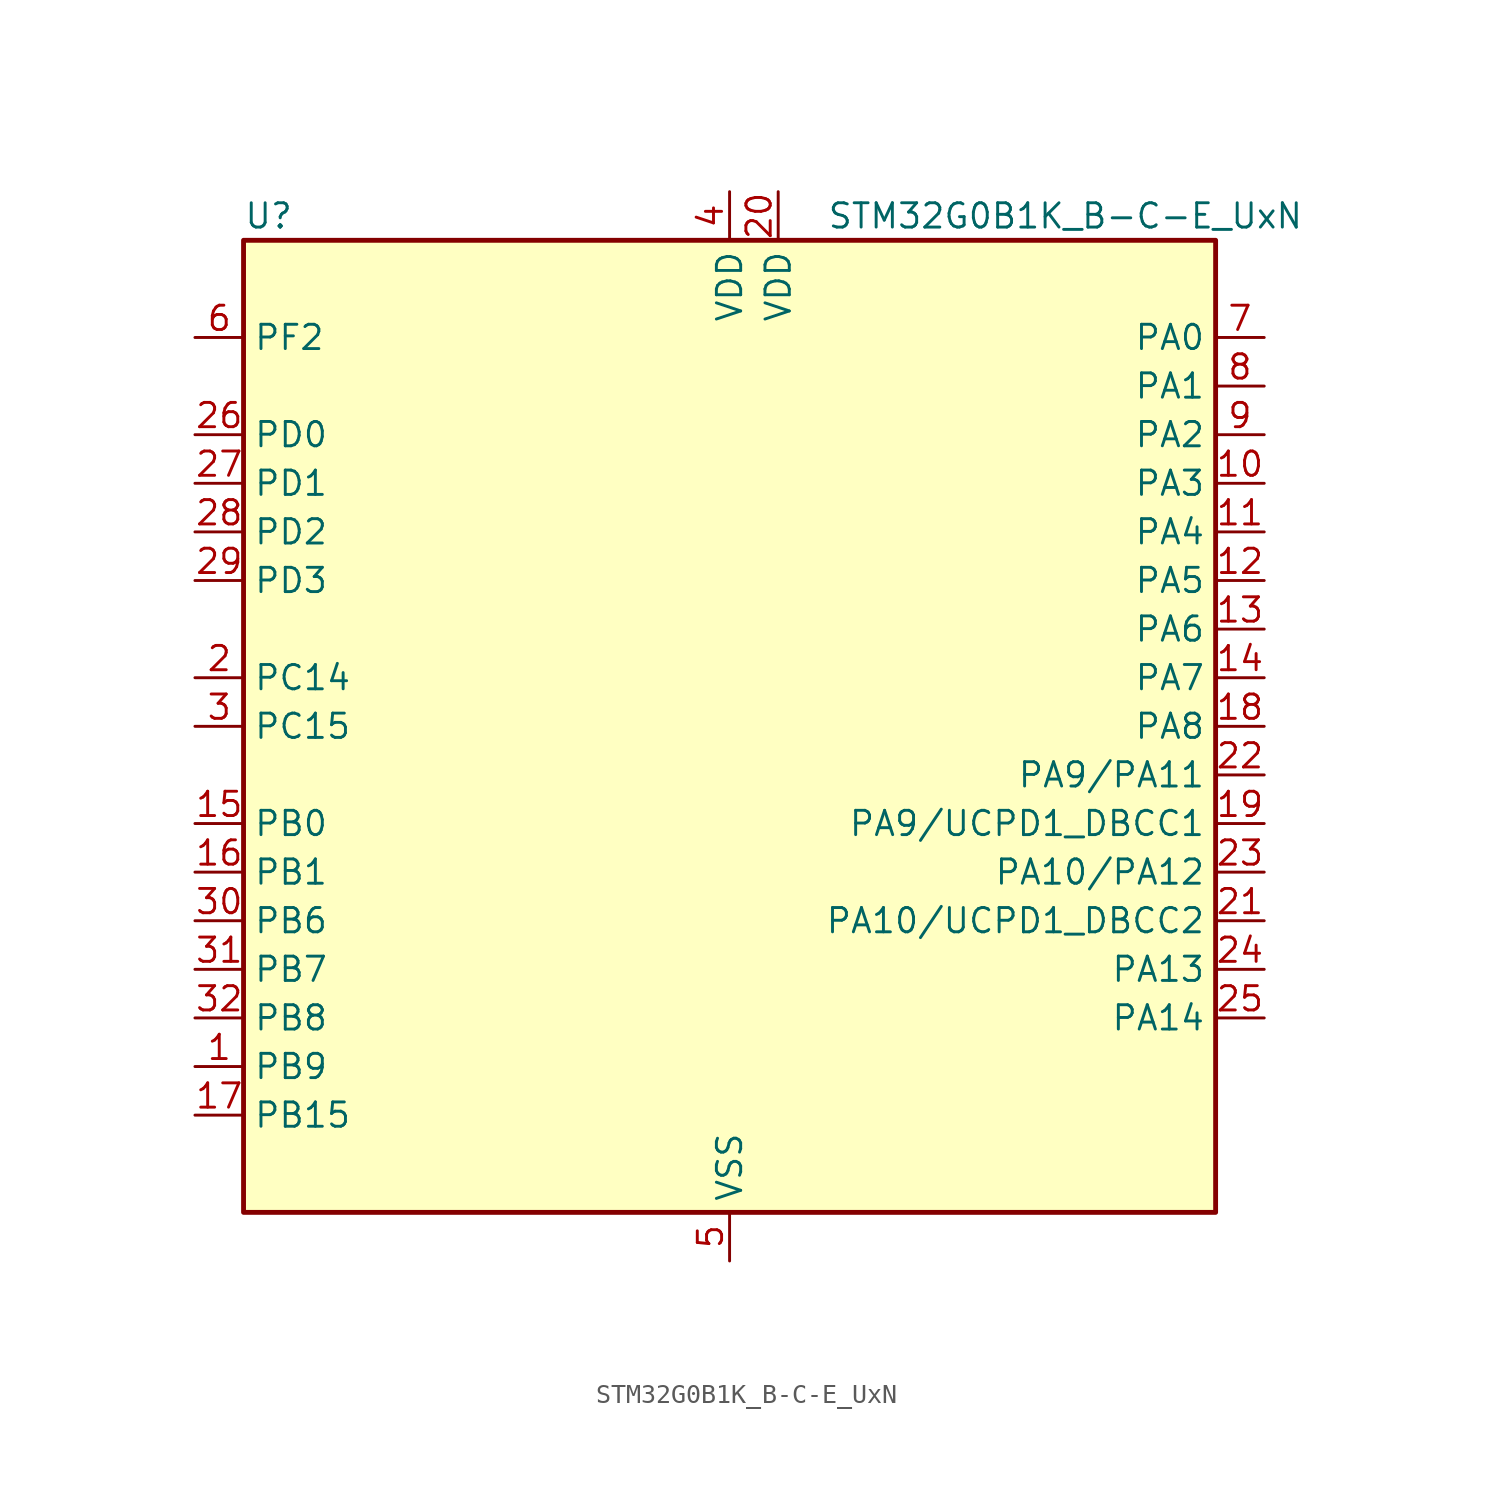
<source format=kicad_sym>
(kicad_symbol_lib
  (version 20231120)
  (generator "kicad-library-utils")
  (generator_version "8.0")
  (symbol "STM32G0B1K_B-C-E_UxN"
    (property "Reference" "U"
      (at -25.4 26.67 0)
      (effects (font (size 1.27 1.27)) (justify left)))
    (property "Value" "STM32G0B1K_B-C-E_UxN"
      (at 5.08 26.67 0)
      (effects (font (size 1.27 1.27)) (justify left)))
    (symbol "STM32G0B1K_B-C-E_UxN_0_1"
      (rectangle (start -25.4 -25.4) (end 25.4 25.4) (stroke (width 0.254) (type default)) (fill (type background))))
    (symbol "STM32G0B1K_B-C-E_UxN_1_1"
      (pin bidirectional line (at -27.94 -17.78 0) (length 2.54) (name "PB9" (effects (font (size 1.27 1.27)))) (number "1" (effects (font (size 1.27 1.27)))) (alternate "DAC1_EXTI9" bidirectional line) (alternate "FDCAN1_TX" bidirectional line) (alternate "I2C1_SDA" bidirectional line) (alternate "I2S2_WS" bidirectional line) (alternate "IR_OUT" bidirectional line) (alternate "SPI2_NSS" bidirectional line) (alternate "TIM17_CH1" bidirectional line) (alternate "TIM4_CH4" bidirectional line) (alternate "UCPD2_FRSTX1" bidirectional line) (alternate "UCPD2_FRSTX2" bidirectional line) (alternate "USART3_RX" bidirectional line) (alternate "USART6_RX" bidirectional line))
      (pin bidirectional line (at 27.94 12.7 180) (length 2.54) (name "PA3" (effects (font (size 1.27 1.27)))) (number "10" (effects (font (size 1.27 1.27)))) (alternate "ADC1_IN3" bidirectional line) (alternate "COMP2_INP" bidirectional line) (alternate "I2S2_MCK" bidirectional line) (alternate "LPUART1_RX" bidirectional line) (alternate "SPI2_MISO" bidirectional line) (alternate "TIM15_CH2" bidirectional line) (alternate "TIM2_CH4" bidirectional line) (alternate "UCPD2_FRSTX1" bidirectional line) (alternate "UCPD2_FRSTX2" bidirectional line) (alternate "USART2_RX" bidirectional line))
      (pin bidirectional line (at 27.94 10.16 180) (length 2.54) (name "PA4" (effects (font (size 1.27 1.27)))) (number "11" (effects (font (size 1.27 1.27)))) (alternate "ADC1_IN4" bidirectional line) (alternate "DAC1_OUT1" bidirectional line) (alternate "I2S1_WS" bidirectional line) (alternate "I2S2_SD" bidirectional line) (alternate "LPTIM2_OUT" bidirectional line) (alternate "RTC_OUT1" bidirectional line) (alternate "RTC_TAMP_IN1" bidirectional line) (alternate "RTC_TS" bidirectional line) (alternate "SPI1_NSS" bidirectional line) (alternate "SPI2_MOSI" bidirectional line) (alternate "SYS_WKUP2" bidirectional line) (alternate "TIM14_CH1" bidirectional line) (alternate "UCPD2_FRSTX1" bidirectional line) (alternate "UCPD2_FRSTX2" bidirectional line) (alternate "USART6_TX" bidirectional line) (alternate "USB_NOE" bidirectional line))
      (pin bidirectional line (at 27.94 7.62 180) (length 2.54) (name "PA5" (effects (font (size 1.27 1.27)))) (number "12" (effects (font (size 1.27 1.27)))) (alternate "ADC1_IN5" bidirectional line) (alternate "CEC" bidirectional line) (alternate "DAC1_OUT2" bidirectional line) (alternate "I2S1_CK" bidirectional line) (alternate "LPTIM2_ETR" bidirectional line) (alternate "SPI1_SCK" bidirectional line) (alternate "TIM2_CH1" bidirectional line) (alternate "TIM2_ETR" bidirectional line) (alternate "UCPD1_FRSTX1" bidirectional line) (alternate "UCPD1_FRSTX2" bidirectional line) (alternate "USART3_TX" bidirectional line) (alternate "USART6_RX" bidirectional line))
      (pin bidirectional line (at 27.94 5.08 180) (length 2.54) (name "PA6" (effects (font (size 1.27 1.27)))) (number "13" (effects (font (size 1.27 1.27)))) (alternate "ADC1_IN6" bidirectional line) (alternate "COMP1_OUT" bidirectional line) (alternate "I2C2_SDA" bidirectional line) (alternate "I2C3_SDA" bidirectional line) (alternate "I2S1_MCK" bidirectional line) (alternate "LPUART1_CTS" bidirectional line) (alternate "SPI1_MISO" bidirectional line) (alternate "TIM16_CH1" bidirectional line) (alternate "TIM1_BK" bidirectional line) (alternate "TIM3_CH1" bidirectional line) (alternate "USART3_CTS" bidirectional line) (alternate "USART3_NSS" bidirectional line) (alternate "USART6_CTS" bidirectional line) (alternate "USART6_NSS" bidirectional line))
      (pin bidirectional line (at 27.94 2.54 180) (length 2.54) (name "PA7" (effects (font (size 1.27 1.27)))) (number "14" (effects (font (size 1.27 1.27)))) (alternate "ADC1_IN7" bidirectional line) (alternate "COMP2_OUT" bidirectional line) (alternate "I2C2_SCL" bidirectional line) (alternate "I2C3_SCL" bidirectional line) (alternate "I2S1_SD" bidirectional line) (alternate "SPI1_MOSI" bidirectional line) (alternate "TIM14_CH1" bidirectional line) (alternate "TIM17_CH1" bidirectional line) (alternate "TIM1_CH1N" bidirectional line) (alternate "TIM3_CH2" bidirectional line) (alternate "UCPD1_FRSTX1" bidirectional line) (alternate "UCPD1_FRSTX2" bidirectional line) (alternate "USART6_CK" bidirectional line) (alternate "USART6_DE" bidirectional line) (alternate "USART6_RTS" bidirectional line))
      (pin bidirectional line (at -27.94 -5.08 0) (length 2.54) (name "PB0" (effects (font (size 1.27 1.27)))) (number "15" (effects (font (size 1.27 1.27)))) (alternate "ADC1_IN8" bidirectional line) (alternate "COMP1_OUT" bidirectional line) (alternate "COMP3_INP" bidirectional line) (alternate "FDCAN2_RX" bidirectional line) (alternate "I2S1_WS" bidirectional line) (alternate "LPTIM1_OUT" bidirectional line) (alternate "LPUART2_CTS" bidirectional line) (alternate "SPI1_NSS" bidirectional line) (alternate "TIM1_CH2N" bidirectional line) (alternate "TIM3_CH3" bidirectional line) (alternate "UCPD1_FRSTX1" bidirectional line) (alternate "UCPD1_FRSTX2" bidirectional line) (alternate "USART3_RX" bidirectional line) (alternate "USART5_TX" bidirectional line))
      (pin bidirectional line (at -27.94 -7.62 0) (length 2.54) (name "PB1" (effects (font (size 1.27 1.27)))) (number "16" (effects (font (size 1.27 1.27)))) (alternate "ADC1_IN9" bidirectional line) (alternate "COMP1_INM" bidirectional line) (alternate "COMP3_OUT" bidirectional line) (alternate "FDCAN2_TX" bidirectional line) (alternate "LPTIM2_IN1" bidirectional line) (alternate "LPUART1_DE" bidirectional line) (alternate "LPUART1_RTS" bidirectional line) (alternate "LPUART2_DE" bidirectional line) (alternate "LPUART2_RTS" bidirectional line) (alternate "TIM14_CH1" bidirectional line) (alternate "TIM1_CH3N" bidirectional line) (alternate "TIM3_CH4" bidirectional line) (alternate "USART3_CK" bidirectional line) (alternate "USART3_DE" bidirectional line) (alternate "USART3_RTS" bidirectional line) (alternate "USART5_RX" bidirectional line))
      (pin bidirectional line (at -27.94 -20.32 0) (length 2.54) (name "PB15" (effects (font (size 1.27 1.27)))) (number "17" (effects (font (size 1.27 1.27)))) (alternate "I2S2_SD" bidirectional line) (alternate "RTC_REFIN" bidirectional line) (alternate "SPI2_MOSI" bidirectional line) (alternate "TIM15_CH1N" bidirectional line) (alternate "TIM15_CH2" bidirectional line) (alternate "TIM1_CH3N" bidirectional line) (alternate "UCPD1_CC2" bidirectional line) (alternate "USART6_CTS" bidirectional line) (alternate "USART6_NSS" bidirectional line))
      (pin bidirectional line (at 27.94 0 180) (length 2.54) (name "PA8" (effects (font (size 1.27 1.27)))) (number "18" (effects (font (size 1.27 1.27)))) (alternate "CRS1_SYNC" bidirectional line) (alternate "I2C2_SMBA" bidirectional line) (alternate "I2S2_WS" bidirectional line) (alternate "LPTIM2_OUT" bidirectional line) (alternate "RCC_MCO" bidirectional line) (alternate "SPI2_NSS" bidirectional line) (alternate "TIM1_CH1" bidirectional line) (alternate "UCPD1_CC1" bidirectional line))
      (pin bidirectional line (at 27.94 -5.08 180) (length 2.54) (name "PA9/UCPD1_DBCC1" (effects (font (size 1.27 1.27)))) (number "19" (effects (font (size 1.27 1.27)))) (alternate "PA9" bidirectional line) (alternate "DAC1_EXTI9 (PA9)" bidirectional line) (alternate "I2C1_SCL (PA9)" bidirectional line) (alternate "I2C2_SCL (PA9)" bidirectional line) (alternate "I2S2_MCK (PA9)" bidirectional line) (alternate "RCC_MCO (PA9)" bidirectional line) (alternate "SPI2_MISO (PA9)" bidirectional line) (alternate "TIM15_BK (PA9)" bidirectional line) (alternate "TIM1_CH2 (PA9)" bidirectional line) (alternate "UCPD1_DBCC1 (PA9)" bidirectional line) (alternate "USART1_TX (PA9)" bidirectional line) (alternate "UCPD1_DBCC1" bidirectional line) (alternate "UCPD1_DBCC1 (UCPD1_DBCC1)" bidirectional line))
      (pin bidirectional line (at -27.94 2.54 0) (length 2.54) (name "PC14" (effects (font (size 1.27 1.27)))) (number "2" (effects (font (size 1.27 1.27)))) (alternate "RCC_OSC32_IN" bidirectional line) (alternate "RCC_OSC_IN" bidirectional line) (alternate "TIM1_BK2" bidirectional line))
      (pin power_in line (at 2.54 27.94 270) (length 2.54) (name "VDD" (effects (font (size 1.27 1.27)))) (number "20" (effects (font (size 1.27 1.27)))))
      (pin bidirectional line (at 27.94 -10.16 180) (length 2.54) (name "PA10/UCPD1_DBCC2" (effects (font (size 1.27 1.27)))) (number "21" (effects (font (size 1.27 1.27)))) (alternate "PA10" bidirectional line) (alternate "I2C1_SDA (PA10)" bidirectional line) (alternate "I2C2_SDA (PA10)" bidirectional line) (alternate "I2S2_SD (PA10)" bidirectional line) (alternate "RCC_MCO_2 (PA10)" bidirectional line) (alternate "SPI2_MOSI (PA10)" bidirectional line) (alternate "TIM17_BK (PA10)" bidirectional line) (alternate "TIM1_CH3 (PA10)" bidirectional line) (alternate "UCPD1_DBCC2 (PA10)" bidirectional line) (alternate "USART1_RX (PA10)" bidirectional line) (alternate "UCPD1_DBCC2" bidirectional line) (alternate "UCPD1_DBCC2 (UCPD1_DBCC2)" bidirectional line))
      (pin bidirectional line (at 27.94 -2.54 180) (length 2.54) (name "PA9/PA11" (effects (font (size 1.27 1.27)))) (number "22" (effects (font (size 1.27 1.27)))) (alternate "PA9" bidirectional line) (alternate "DAC1_EXTI9 (PA9)" bidirectional line) (alternate "I2C1_SCL (PA9)" bidirectional line) (alternate "I2C2_SCL (PA9)" bidirectional line) (alternate "I2S2_MCK (PA9)" bidirectional line) (alternate "RCC_MCO (PA9)" bidirectional line) (alternate "SPI2_MISO (PA9)" bidirectional line) (alternate "TIM15_BK (PA9)" bidirectional line) (alternate "TIM1_CH2 (PA9)" bidirectional line) (alternate "UCPD1_DBCC1 (PA9)" bidirectional line) (alternate "USART1_TX (PA9)" bidirectional line) (alternate "PA11" bidirectional line) (alternate "ADC1_EXTI11 (PA11)" bidirectional line) (alternate "COMP1_OUT (PA11)" bidirectional line) (alternate "FDCAN1_RX (PA11)" bidirectional line) (alternate "I2C2_SCL (PA11)" bidirectional line) (alternate "I2S1_MCK (PA11)" bidirectional line) (alternate "SPI1_MISO (PA11)" bidirectional line) (alternate "TIM1_BK2 (PA11)" bidirectional line) (alternate "TIM1_CH4 (PA11)" bidirectional line) (alternate "USART1_CTS (PA11)" bidirectional line) (alternate "USART1_NSS (PA11)" bidirectional line) (alternate "USB_DM (PA11)" bidirectional line))
      (pin bidirectional line (at 27.94 -7.62 180) (length 2.54) (name "PA10/PA12" (effects (font (size 1.27 1.27)))) (number "23" (effects (font (size 1.27 1.27)))) (alternate "PA10" bidirectional line) (alternate "I2C1_SDA (PA10)" bidirectional line) (alternate "I2C2_SDA (PA10)" bidirectional line) (alternate "I2S2_SD (PA10)" bidirectional line) (alternate "RCC_MCO_2 (PA10)" bidirectional line) (alternate "SPI2_MOSI (PA10)" bidirectional line) (alternate "TIM17_BK (PA10)" bidirectional line) (alternate "TIM1_CH3 (PA10)" bidirectional line) (alternate "UCPD1_DBCC2 (PA10)" bidirectional line) (alternate "USART1_RX (PA10)" bidirectional line) (alternate "PA12" bidirectional line) (alternate "COMP2_OUT (PA12)" bidirectional line) (alternate "FDCAN1_TX (PA12)" bidirectional line) (alternate "I2C2_SDA (PA12)" bidirectional line) (alternate "I2S1_SD (PA12)" bidirectional line) (alternate "I2S_CKIN (PA12)" bidirectional line) (alternate "SPI1_MOSI (PA12)" bidirectional line) (alternate "TIM1_ETR (PA12)" bidirectional line) (alternate "USART1_CK (PA12)" bidirectional line) (alternate "USART1_DE (PA12)" bidirectional line) (alternate "USART1_RTS (PA12)" bidirectional line) (alternate "USB_DP (PA12)" bidirectional line))
      (pin bidirectional line (at 27.94 -12.7 180) (length 2.54) (name "PA13" (effects (font (size 1.27 1.27)))) (number "24" (effects (font (size 1.27 1.27)))) (alternate "IR_OUT" bidirectional line) (alternate "LPUART2_RX" bidirectional line) (alternate "SYS_SWDIO" bidirectional line) (alternate "USB_NOE" bidirectional line))
      (pin bidirectional line (at 27.94 -15.24 180) (length 2.54) (name "PA14" (effects (font (size 1.27 1.27)))) (number "25" (effects (font (size 1.27 1.27)))) (alternate "LPUART2_TX" bidirectional line) (alternate "SYS_SWCLK" bidirectional line) (alternate "USART2_TX" bidirectional line))
      (pin bidirectional line (at -27.94 15.24 0) (length 2.54) (name "PD0" (effects (font (size 1.27 1.27)))) (number "26" (effects (font (size 1.27 1.27)))) (alternate "FDCAN1_RX" bidirectional line) (alternate "I2S2_WS" bidirectional line) (alternate "SPI2_NSS" bidirectional line) (alternate "TIM16_CH1" bidirectional line) (alternate "UCPD2_CC1" bidirectional line))
      (pin bidirectional line (at -27.94 12.7 0) (length 2.54) (name "PD1" (effects (font (size 1.27 1.27)))) (number "27" (effects (font (size 1.27 1.27)))) (alternate "FDCAN1_TX" bidirectional line) (alternate "I2S2_CK" bidirectional line) (alternate "SPI2_SCK" bidirectional line) (alternate "TIM17_CH1" bidirectional line) (alternate "UCPD2_DBCC1" bidirectional line))
      (pin bidirectional line (at -27.94 10.16 0) (length 2.54) (name "PD2" (effects (font (size 1.27 1.27)))) (number "28" (effects (font (size 1.27 1.27)))) (alternate "TIM1_CH1N" bidirectional line) (alternate "TIM3_ETR" bidirectional line) (alternate "UCPD2_CC2" bidirectional line) (alternate "USART3_CK" bidirectional line) (alternate "USART3_DE" bidirectional line) (alternate "USART3_RTS" bidirectional line) (alternate "USART5_RX" bidirectional line))
      (pin bidirectional line (at -27.94 7.62 0) (length 2.54) (name "PD3" (effects (font (size 1.27 1.27)))) (number "29" (effects (font (size 1.27 1.27)))) (alternate "I2S2_MCK" bidirectional line) (alternate "SPI2_MISO" bidirectional line) (alternate "TIM1_CH2N" bidirectional line) (alternate "UCPD2_DBCC2" bidirectional line) (alternate "USART2_CTS" bidirectional line) (alternate "USART2_NSS" bidirectional line) (alternate "USART5_TX" bidirectional line))
      (pin bidirectional line (at -27.94 0 0) (length 2.54) (name "PC15" (effects (font (size 1.27 1.27)))) (number "3" (effects (font (size 1.27 1.27)))) (alternate "RCC_OSC32_EN" bidirectional line) (alternate "RCC_OSC32_OUT" bidirectional line) (alternate "RCC_OSC_EN" bidirectional line) (alternate "TIM15_BK" bidirectional line))
      (pin bidirectional line (at -27.94 -10.16 0) (length 2.54) (name "PB6" (effects (font (size 1.27 1.27)))) (number "30" (effects (font (size 1.27 1.27)))) (alternate "COMP2_INP" bidirectional line) (alternate "FDCAN2_TX" bidirectional line) (alternate "I2C1_SCL" bidirectional line) (alternate "I2S2_MCK" bidirectional line) (alternate "LPTIM1_ETR" bidirectional line) (alternate "LPUART2_TX" bidirectional line) (alternate "SPI2_MISO" bidirectional line) (alternate "TIM16_CH1N" bidirectional line) (alternate "TIM1_CH3" bidirectional line) (alternate "TIM4_CH1" bidirectional line) (alternate "USART1_TX" bidirectional line) (alternate "USART5_CTS" bidirectional line) (alternate "USART5_NSS" bidirectional line))
      (pin bidirectional line (at -27.94 -12.7 0) (length 2.54) (name "PB7" (effects (font (size 1.27 1.27)))) (number "31" (effects (font (size 1.27 1.27)))) (alternate "COMP2_INM" bidirectional line) (alternate "I2C1_SDA" bidirectional line) (alternate "I2S2_SD" bidirectional line) (alternate "LPTIM1_IN2" bidirectional line) (alternate "LPUART2_RX" bidirectional line) (alternate "SPI2_MOSI" bidirectional line) (alternate "SYS_PVD_IN" bidirectional line) (alternate "TIM17_CH1N" bidirectional line) (alternate "TIM4_CH2" bidirectional line) (alternate "USART1_RX" bidirectional line) (alternate "USART4_CTS" bidirectional line) (alternate "USART4_NSS" bidirectional line))
      (pin bidirectional line (at -27.94 -15.24 0) (length 2.54) (name "PB8" (effects (font (size 1.27 1.27)))) (number "32" (effects (font (size 1.27 1.27)))) (alternate "CEC" bidirectional line) (alternate "FDCAN1_RX" bidirectional line) (alternate "I2C1_SCL" bidirectional line) (alternate "I2S2_CK" bidirectional line) (alternate "SPI2_SCK" bidirectional line) (alternate "TIM15_BK" bidirectional line) (alternate "TIM16_CH1" bidirectional line) (alternate "TIM4_CH3" bidirectional line) (alternate "USART3_TX" bidirectional line) (alternate "USART6_TX" bidirectional line))
      (pin passive line (at 0 -27.94 90) (length 2.54) hide (name "VSS" (effects (font (size 1.27 1.27)))) (number "33" (effects (font (size 1.27 1.27)))))
      (pin power_in line (at 0 27.94 270) (length 2.54) (name "VDD" (effects (font (size 1.27 1.27)))) (number "4" (effects (font (size 1.27 1.27)))))
      (pin power_in line (at 0 -27.94 90) (length 2.54) (name "VSS" (effects (font (size 1.27 1.27)))) (number "5" (effects (font (size 1.27 1.27)))))
      (pin bidirectional line (at -27.94 20.32 0) (length 2.54) (name "PF2" (effects (font (size 1.27 1.27)))) (number "6" (effects (font (size 1.27 1.27)))) (alternate "LPUART2_DE" bidirectional line) (alternate "LPUART2_RTS" bidirectional line) (alternate "LPUART2_TX" bidirectional line) (alternate "RCC_MCO" bidirectional line))
      (pin bidirectional line (at 27.94 20.32 180) (length 2.54) (name "PA0" (effects (font (size 1.27 1.27)))) (number "7" (effects (font (size 1.27 1.27)))) (alternate "ADC1_IN0" bidirectional line) (alternate "COMP1_INM" bidirectional line) (alternate "COMP1_OUT" bidirectional line) (alternate "I2S2_CK" bidirectional line) (alternate "LPTIM1_OUT" bidirectional line) (alternate "RTC_TAMP_IN2" bidirectional line) (alternate "SPI2_SCK" bidirectional line) (alternate "SYS_WKUP1" bidirectional line) (alternate "TIM2_CH1" bidirectional line) (alternate "TIM2_ETR" bidirectional line) (alternate "UCPD2_FRSTX1" bidirectional line) (alternate "UCPD2_FRSTX2" bidirectional line) (alternate "USART2_CTS" bidirectional line) (alternate "USART2_NSS" bidirectional line) (alternate "USART4_TX" bidirectional line))
      (pin bidirectional line (at 27.94 17.78 180) (length 2.54) (name "PA1" (effects (font (size 1.27 1.27)))) (number "8" (effects (font (size 1.27 1.27)))) (alternate "ADC1_IN1" bidirectional line) (alternate "COMP1_INP" bidirectional line) (alternate "I2C1_SMBA" bidirectional line) (alternate "I2S1_CK" bidirectional line) (alternate "SPI1_SCK" bidirectional line) (alternate "TIM15_CH1N" bidirectional line) (alternate "TIM2_CH2" bidirectional line) (alternate "USART2_CK" bidirectional line) (alternate "USART2_DE" bidirectional line) (alternate "USART2_RTS" bidirectional line) (alternate "USART4_RX" bidirectional line))
      (pin bidirectional line (at 27.94 15.24 180) (length 2.54) (name "PA2" (effects (font (size 1.27 1.27)))) (number "9" (effects (font (size 1.27 1.27)))) (alternate "ADC1_IN2" bidirectional line) (alternate "COMP2_INM" bidirectional line) (alternate "COMP2_OUT" bidirectional line) (alternate "I2S1_SD" bidirectional line) (alternate "LPUART1_TX" bidirectional line) (alternate "RCC_LSCO" bidirectional line) (alternate "SPI1_MOSI" bidirectional line) (alternate "SYS_WKUP4" bidirectional line) (alternate "TIM15_CH1" bidirectional line) (alternate "TIM2_CH3" bidirectional line) (alternate "UCPD1_FRSTX1" bidirectional line) (alternate "UCPD1_FRSTX2" bidirectional line) (alternate "USART2_TX" bidirectional line)))))
</source>
